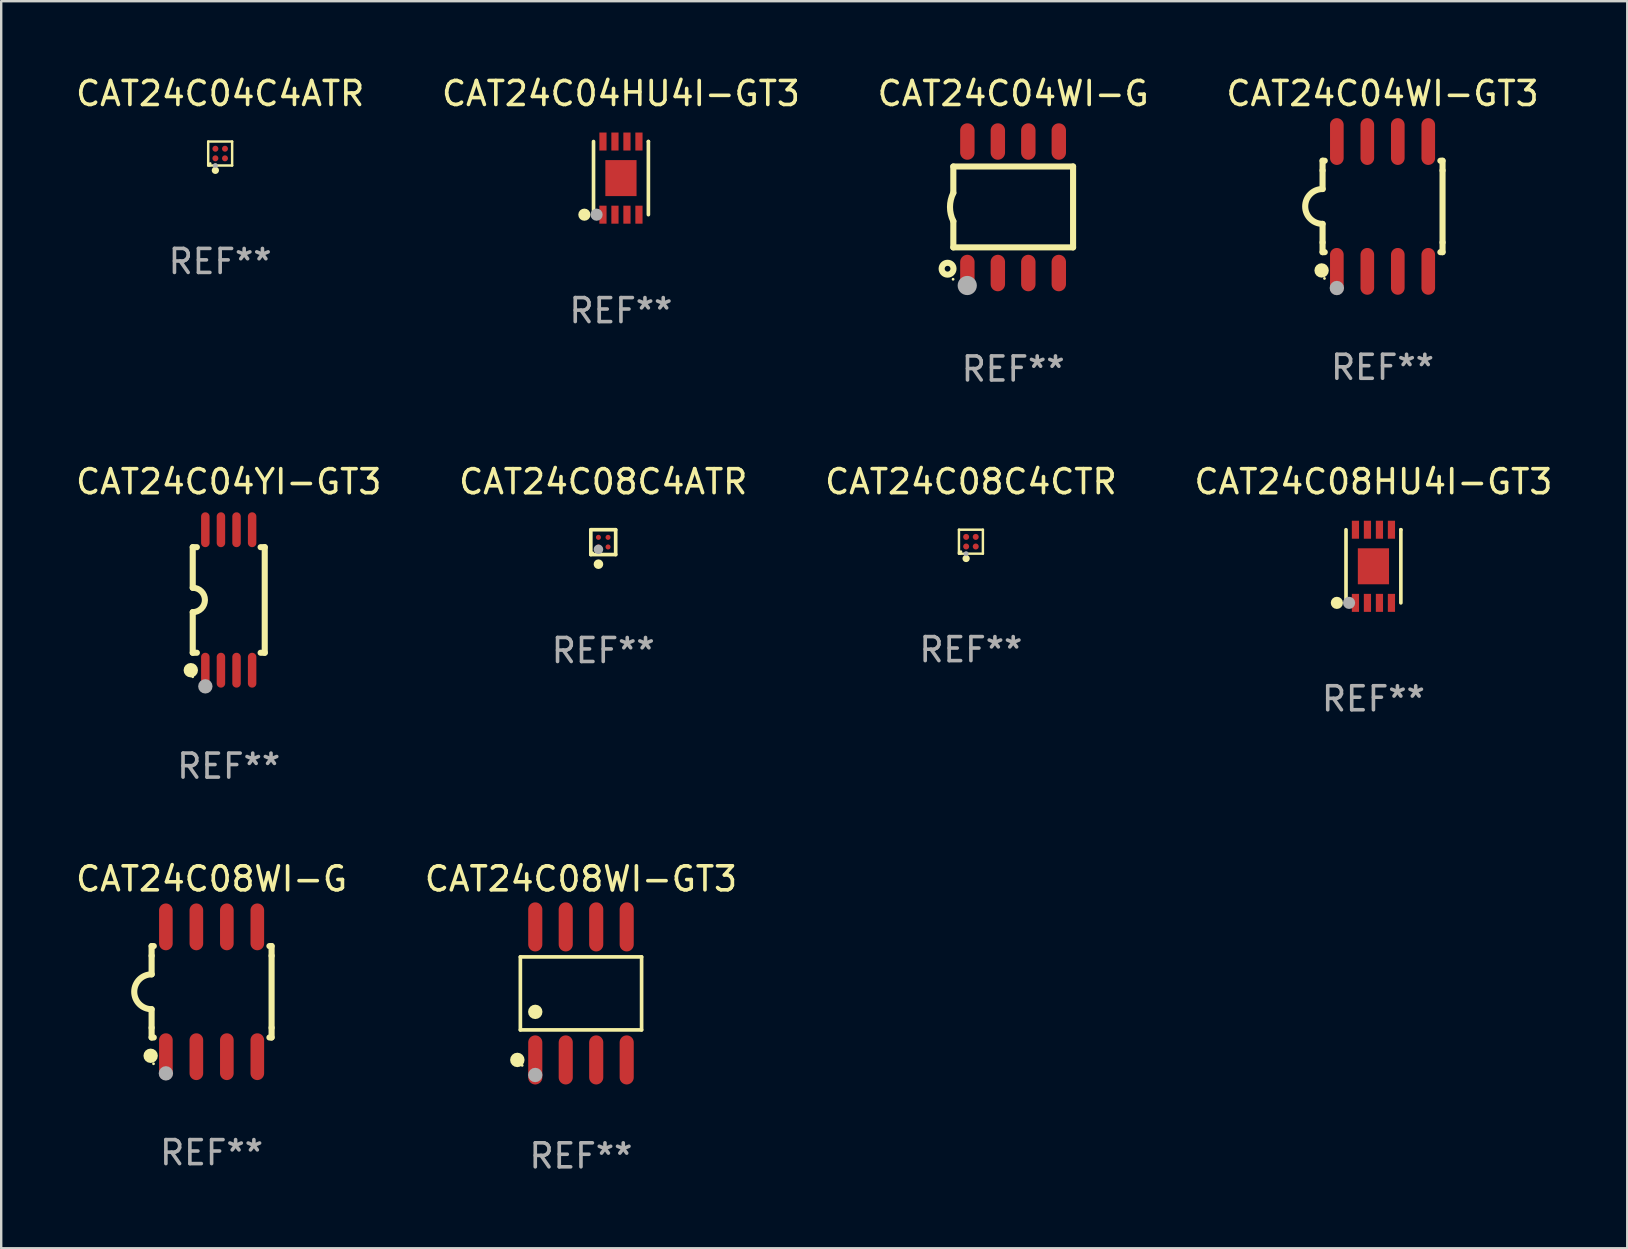
<source format=kicad_pcb>
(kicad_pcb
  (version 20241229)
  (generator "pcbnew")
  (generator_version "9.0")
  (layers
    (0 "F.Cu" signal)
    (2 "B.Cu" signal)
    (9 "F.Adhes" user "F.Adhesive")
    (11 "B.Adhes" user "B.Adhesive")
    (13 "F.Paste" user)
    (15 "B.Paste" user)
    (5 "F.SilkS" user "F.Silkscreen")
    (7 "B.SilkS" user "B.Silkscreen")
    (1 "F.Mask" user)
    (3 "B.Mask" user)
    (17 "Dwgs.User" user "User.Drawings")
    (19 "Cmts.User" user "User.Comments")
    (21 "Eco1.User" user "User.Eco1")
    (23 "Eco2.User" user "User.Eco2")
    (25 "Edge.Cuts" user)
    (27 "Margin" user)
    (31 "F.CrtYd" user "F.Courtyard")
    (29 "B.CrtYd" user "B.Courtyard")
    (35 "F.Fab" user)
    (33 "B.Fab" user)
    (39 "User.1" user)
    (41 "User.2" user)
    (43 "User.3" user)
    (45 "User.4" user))
  (footprint "CAT24C04HU4I-GT3"
    (layer "F.Cu")
    (at 22.827 4.372)
    (property "Reference" "CAT24C04HU4I-GT3" (at 0 -3.524 0) (layer "F.SilkS") (effects (font (size 1 1) (thickness 0.15))))
    (attr through_hole)
    (fp_line (start -1.143 1.524) (end -1.143 1.524) (stroke (width 0.152) (type solid)) (layer "F.SilkS"))
    (fp_line (start -1.143 1.524) (end -1.143 -1.524) (stroke (width 0.152) (type solid)) (layer "F.SilkS"))
    (fp_line (start 1.143 -1.524) (end 1.143 1.524) (stroke (width 0.152) (type solid)) (layer "F.SilkS"))
    (fp_line (start 1.143 -1.524) (end 1.143 -1.524) (stroke (width 0.152) (type solid)) (layer "F.SilkS"))
    (fp_circle (center -1.524 1.524) (end -1.397 1.524) (stroke (width 0.254) (type solid)) (fill no) (layer "F.SilkS"))
    (fp_circle (center -1 1.5) (end -0.97 1.5) (stroke (width 0.06) (type solid)) (fill no) (layer "F.SilkS"))
    (fp_circle (center -1.016 1.524) (end -0.889 1.524) (stroke (width 0.254) (type solid)) (fill no) (layer "F.Fab"))
    (fp_text user "REF**" (at 0 5.524 0) (layer "F.Fab") (effects (font (size 1 1) (thickness 0.15))))
    (pad "1" smd rect (at -0.75 1.524) (size 0.3 0.75) (layers "F.Cu" "F.Mask" "F.Paste"))
    (pad "2" smd rect (at -0.25 1.524) (size 0.3 0.75) (layers "F.Cu" "F.Mask" "F.Paste"))
    (pad "3" smd rect (at 0.25 1.524) (size 0.3 0.75) (layers "F.Cu" "F.Mask" "F.Paste"))
    (pad "4" smd rect (at 0.75 1.524) (size 0.3 0.75) (layers "F.Cu" "F.Mask" "F.Paste"))
    (pad "5" smd rect (at 0.75 -1.524) (size 0.3 0.75) (layers "F.Cu" "F.Mask" "F.Paste"))
    (pad "6" smd rect (at 0.25 -1.524) (size 0.3 0.75) (layers "F.Cu" "F.Mask" "F.Paste"))
    (pad "7" smd rect (at -0.25 -1.524) (size 0.3 0.75) (layers "F.Cu" "F.Mask" "F.Paste"))
    (pad "8" smd rect (at -0.75 -1.524) (size 0.3 0.75) (layers "F.Cu" "F.Mask" "F.Paste"))
    (pad "9" smd rect (at -0.000254 0) (size 1.3 1.5) (layers "F.Cu" "F.Mask" "F.Paste")))
  (footprint "CAT24C04WI-G"
    (layer "F.Cu")
    (at 39.173 5.588)
    (property "Reference" "CAT24C04WI-G" (at 0 -4.74 0) (layer "F.SilkS") (effects (font (size 1 1) (thickness 0.15))))
    (attr through_hole)
    (fp_line (start -2.495 -1.7) (end 2.495 -1.7) (stroke (width 0.254) (type solid)) (layer "F.SilkS"))
    (fp_line (start -2.495 -0.6) (end -2.495 -1.7) (stroke (width 0.254) (type solid)) (layer "F.SilkS"))
    (fp_line (start -2.495 1.671) (end -2.495 0.58) (stroke (width 0.254) (type solid)) (layer "F.SilkS"))
    (fp_line (start 2.495 -1.7) (end 2.495 1.671) (stroke (width 0.254) (type solid)) (layer "F.SilkS"))
    (fp_line (start 2.495 1.671) (end -2.495 1.671) (stroke (width 0.254) (type solid)) (layer "F.SilkS"))
    (fp_arc (start -2.495009 0.58001) (mid -2.634112 -0.009995) (end -2.495009 -0.6) (stroke (width 0.254001) (type solid)) (layer "F.SilkS"))
    (fp_circle (center -2.735 2.56) (end -2.615 2.56) (stroke (width 0.254) (type solid)) (fill no) (layer "F.SilkS"))
    (fp_circle (center -2.505 3) (end -2.475 3) (stroke (width 0.06) (type solid)) (fill no) (layer "F.SilkS"))
    (fp_circle (center -1.915 3.26) (end -1.715 3.26) (stroke (width 0.4) (type solid)) (fill no) (layer "F.Fab"))
    (fp_text user "REF**" (at 0 6.74 0) (layer "F.Fab") (effects (font (size 1 1) (thickness 0.15))))
    (pad "1" smd oval (at -1.91 2.74) (size 0.6 1.52) (layers "F.Cu" "F.Mask" "F.Paste"))
    (pad "2" smd oval (at -0.64 2.74) (size 0.6 1.52) (layers "F.Cu" "F.Mask" "F.Paste"))
    (pad "3" smd oval (at 0.63 2.74) (size 0.6 1.52) (layers "F.Cu" "F.Mask" "F.Paste"))
    (pad "4" smd oval (at 1.9 2.74) (size 0.6 1.52) (layers "F.Cu" "F.Mask" "F.Paste"))
    (pad "5" smd oval (at 1.9 -2.74) (size 0.6 1.52) (layers "F.Cu" "F.Mask" "F.Paste"))
    (pad "6" smd oval (at 0.63 -2.74) (size 0.6 1.52) (layers "F.Cu" "F.Mask" "F.Paste"))
    (pad "7" smd oval (at -0.64 -2.74) (size 0.6 1.52) (layers "F.Cu" "F.Mask" "F.Paste"))
    (pad "8" smd oval (at -1.91 -2.74) (size 0.6 1.52) (layers "F.Cu" "F.Mask" "F.Paste")))
  (footprint "CAT24C08WI-G"
    (layer "F.Cu")
    (at 5.768 38.28)
    (property "Reference" "CAT24C08WI-G" (at 0 -4.705 0) (layer "F.SilkS") (effects (font (size 1 1) (thickness 0.15))))
    (attr through_hole)
    (fp_line (start -2.5 -1.905) (end -2.409 -1.905) (stroke (width 0.254) (type solid)) (layer "F.SilkS"))
    (fp_line (start -2.5 -1.5) (end -2.5 -1.905) (stroke (width 0.254) (type solid)) (layer "F.SilkS"))
    (fp_line (start -2.5 -1.5) (end -2.5 -0.726) (stroke (width 0.254) (type solid)) (layer "F.SilkS"))
    (fp_line (start -2.5 1.5) (end -2.5 0.727) (stroke (width 0.254) (type solid)) (layer "F.SilkS"))
    (fp_line (start -2.5 1.5) (end -2.5 1.905) (stroke (width 0.254) (type solid)) (layer "F.SilkS"))
    (fp_line (start -2.5 1.905) (end -2.409 1.905) (stroke (width 0.254) (type solid)) (layer "F.SilkS"))
    (fp_line (start 2.5 -1.905) (end 2.409 -1.905) (stroke (width 0.254) (type solid)) (layer "F.SilkS"))
    (fp_line (start 2.5 -1.5) (end 2.5 -1.905) (stroke (width 0.254) (type solid)) (layer "F.SilkS"))
    (fp_line (start 2.5 -1.5) (end 2.5 1.5) (stroke (width 0.254) (type solid)) (layer "F.SilkS"))
    (fp_line (start 2.5 1.5) (end 2.5 1.905) (stroke (width 0.254) (type solid)) (layer "F.SilkS"))
    (fp_line (start 2.5 1.905) (end 2.409 1.905) (stroke (width 0.254) (type solid)) (layer "F.SilkS"))
    (fp_arc (start -2.5 0.726568) (mid -3.220316 -0.0023) (end -2.495097 -0.726289) (stroke (width 0.254001) (type solid)) (layer "F.SilkS"))
    (fp_circle (center -2.54 2.667) (end -2.39 2.667) (stroke (width 0.3) (type solid)) (fill no) (layer "F.SilkS"))
    (fp_circle (center -2.42 3) (end -2.39 3) (stroke (width 0.06) (type solid)) (fill no) (layer "F.SilkS"))
    (fp_circle (center -1.905 3.4) (end -1.755 3.4) (stroke (width 0.3) (type solid)) (fill no) (layer "F.Fab"))
    (fp_text user "REF**" (at 0 6.705 0) (layer "F.Fab") (effects (font (size 1 1) (thickness 0.15))))
    (pad "1" smd oval (at -1.905 2.705) (size 0.568 1.95) (layers "F.Cu" "F.Mask" "F.Paste"))
    (pad "2" smd oval (at -0.635 2.705) (size 0.568 1.95) (layers "F.Cu" "F.Mask" "F.Paste"))
    (pad "3" smd oval (at 0.635 2.705) (size 0.568 1.95) (layers "F.Cu" "F.Mask" "F.Paste"))
    (pad "4" smd oval (at 1.905 2.705) (size 0.568 1.95) (layers "F.Cu" "F.Mask" "F.Paste"))
    (pad "5" smd oval (at 1.905 -2.705) (size 0.568 1.95) (layers "F.Cu" "F.Mask" "F.Paste"))
    (pad "6" smd oval (at 0.635 -2.705) (size 0.568 1.95) (layers "F.Cu" "F.Mask" "F.Paste"))
    (pad "7" smd oval (at -0.635 -2.705) (size 0.568 1.95) (layers "F.Cu" "F.Mask" "F.Paste"))
    (pad "8" smd oval (at -1.905 -2.705) (size 0.568 1.95) (layers "F.Cu" "F.Mask" "F.Paste")))
  (footprint "CAT24C08WI-GT3"
    (layer "F.Cu")
    (at 21.161 38.348)
    (property "Reference" "CAT24C08WI-GT3" (at 0 -4.772 0) (layer "F.SilkS") (effects (font (size 1 1) (thickness 0.15))))
    (attr through_hole)
    (fp_line (start -2.526 -1.521) (end 2.526 -1.521) (stroke (width 0.152) (type solid)) (layer "F.SilkS"))
    (fp_line (start -2.526 1.521) (end -2.526 -1.521) (stroke (width 0.152) (type solid)) (layer "F.SilkS"))
    (fp_line (start 2.526 -1.521) (end 2.526 1.521) (stroke (width 0.152) (type solid)) (layer "F.SilkS"))
    (fp_line (start 2.526 1.521) (end -2.526 1.521) (stroke (width 0.152) (type solid)) (layer "F.SilkS"))
    (fp_circle (center -2.652 2.772) (end -2.501 2.772) (stroke (width 0.3) (type solid)) (fill no) (layer "F.SilkS"))
    (fp_circle (center -2.45 3) (end -2.42 3) (stroke (width 0.06) (type solid)) (fill no) (layer "F.SilkS"))
    (fp_circle (center -1.905 0.769) (end -1.755 0.769) (stroke (width 0.3) (type solid)) (fill no) (layer "F.SilkS"))
    (fp_circle (center -1.905 3.4) (end -1.755 3.4) (stroke (width 0.3) (type solid)) (fill no) (layer "F.Fab"))
    (fp_text user "REF**" (at 0 6.772 0) (layer "F.Fab") (effects (font (size 1 1) (thickness 0.15))))
    (pad "1" smd oval (at -1.905 2.772) (size 0.588 2.045) (layers "F.Cu" "F.Mask" "F.Paste"))
    (pad "2" smd oval (at -0.635 2.772) (size 0.588 2.045) (layers "F.Cu" "F.Mask" "F.Paste"))
    (pad "3" smd oval (at 0.635 2.772) (size 0.588 2.045) (layers "F.Cu" "F.Mask" "F.Paste"))
    (pad "4" smd oval (at 1.905 2.772) (size 0.588 2.045) (layers "F.Cu" "F.Mask" "F.Paste"))
    (pad "5" smd oval (at 1.905 -2.772) (size 0.588 2.045) (layers "F.Cu" "F.Mask" "F.Paste"))
    (pad "6" smd oval (at 0.635 -2.772) (size 0.588 2.045) (layers "F.Cu" "F.Mask" "F.Paste"))
    (pad "7" smd oval (at -0.635 -2.772) (size 0.588 2.045) (layers "F.Cu" "F.Mask" "F.Paste"))
    (pad "8" smd oval (at -1.905 -2.772) (size 0.588 2.045) (layers "F.Cu" "F.Mask" "F.Paste")))
  (footprint "CAT24C04C4ATR"
    (layer "F.Cu")
    (at 6.125 3.348)
    (property "Reference" "CAT24C04C4ATR" (at 0 -2.5 0) (layer "F.SilkS") (effects (font (size 1 1) (thickness 0.15))))
    (attr through_hole)
    (fp_line (start -0.499 0.5) (end -0.499 0.44) (stroke (width 0.102) (type solid)) (layer "F.SilkS"))
    (fp_line (start -0.499 -0.5) (end 0.499 -0.5) (stroke (width 0.102) (type solid)) (layer "F.SilkS"))
    (fp_line (start -0.499 0.44) (end -0.499 -0.5) (stroke (width 0.102) (type solid)) (layer "F.SilkS"))
    (fp_line (start -0.44 0.499) (end -0.499 0.499) (stroke (width 0.102) (type solid)) (layer "F.SilkS"))
    (fp_line (start 0.499 -0.5) (end 0.499 0.499) (stroke (width 0.102) (type solid)) (layer "F.SilkS"))
    (fp_line (start 0.499 0.499) (end -0.44 0.499) (stroke (width 0.102) (type solid)) (layer "F.SilkS"))
    (fp_circle (center -0.417 0.417) (end -0.387 0.417) (stroke (width 0.06) (type solid)) (fill no) (layer "F.SilkS"))
    (fp_circle (center -0.2 0.7) (end -0.124 0.7) (stroke (width 0.152) (type solid)) (fill no) (layer "F.SilkS"))
    (fp_circle (center -0.2 0.5) (end -0.148 0.5) (stroke (width 0.102) (type solid)) (fill no) (layer "F.Fab"))
    (fp_text user "REF**" (at 0 4.5 0) (layer "F.Fab") (effects (font (size 1 1) (thickness 0.15))))
    (pad "A1" smd circle (at -0.199 0.2) (size 0.25 0.25) (layers "F.Cu" "F.Mask" "F.Paste"))
    (pad "A2" smd circle (at -0.199 -0.2) (size 0.25 0.25) (layers "F.Cu" "F.Mask" "F.Paste"))
    (pad "B1" smd circle (at 0.201 0.2) (size 0.25 0.25) (layers "F.Cu" "F.Mask" "F.Paste"))
    (pad "B2" smd circle (at 0.201 -0.2) (size 0.25 0.25) (layers "F.Cu" "F.Mask" "F.Paste")))
  (footprint "CAT24C08HU4I-GT3"
    (layer "F.Cu")
    (at 54.185 20.549)
    (property "Reference" "CAT24C08HU4I-GT3" (at 0 -3.524 0) (layer "F.SilkS") (effects (font (size 1 1) (thickness 0.15))))
    (attr through_hole)
    (fp_line (start -1.143 1.524) (end -1.143 1.524) (stroke (width 0.152) (type solid)) (layer "F.SilkS"))
    (fp_line (start -1.143 1.524) (end -1.143 -1.524) (stroke (width 0.152) (type solid)) (layer "F.SilkS"))
    (fp_line (start 1.143 -1.524) (end 1.143 1.524) (stroke (width 0.152) (type solid)) (layer "F.SilkS"))
    (fp_line (start 1.143 -1.524) (end 1.143 -1.524) (stroke (width 0.152) (type solid)) (layer "F.SilkS"))
    (fp_circle (center -1.524 1.524) (end -1.397 1.524) (stroke (width 0.254) (type solid)) (fill no) (layer "F.SilkS"))
    (fp_circle (center -1 1.5) (end -0.97 1.5) (stroke (width 0.06) (type solid)) (fill no) (layer "F.SilkS"))
    (fp_circle (center -1.016 1.524) (end -0.889 1.524) (stroke (width 0.254) (type solid)) (fill no) (layer "F.Fab"))
    (fp_text user "REF**" (at 0 5.524 0) (layer "F.Fab") (effects (font (size 1 1) (thickness 0.15))))
    (pad "1" smd rect (at -0.75 1.524) (size 0.3 0.75) (layers "F.Cu" "F.Mask" "F.Paste"))
    (pad "2" smd rect (at -0.25 1.524) (size 0.3 0.75) (layers "F.Cu" "F.Mask" "F.Paste"))
    (pad "3" smd rect (at 0.25 1.524) (size 0.3 0.75) (layers "F.Cu" "F.Mask" "F.Paste"))
    (pad "4" smd rect (at 0.75 1.524) (size 0.3 0.75) (layers "F.Cu" "F.Mask" "F.Paste"))
    (pad "5" smd rect (at 0.75 -1.524) (size 0.3 0.75) (layers "F.Cu" "F.Mask" "F.Paste"))
    (pad "6" smd rect (at 0.25 -1.524) (size 0.3 0.75) (layers "F.Cu" "F.Mask" "F.Paste"))
    (pad "7" smd rect (at -0.25 -1.524) (size 0.3 0.75) (layers "F.Cu" "F.Mask" "F.Paste"))
    (pad "8" smd rect (at -0.75 -1.524) (size 0.3 0.75) (layers "F.Cu" "F.Mask" "F.Paste"))
    (pad "9" smd rect (at -0.000254 0) (size 1.3 1.5) (layers "F.Cu" "F.Mask" "F.Paste")))
  (footprint "CAT24C04YI-GT3"
    (layer "F.Cu")
    (at 6.482 21.952)
    (property "Reference" "CAT24C04YI-GT3" (at 0 -4.927 0) (layer "F.SilkS") (effects (font (size 1 1) (thickness 0.15))))
    (attr through_hole)
    (fp_line (start -1.5 -2.2) (end -1.5 -0.508) (stroke (width 0.254) (type solid)) (layer "F.SilkS"))
    (fp_line (start -1.5 -2.2) (end -1.328 -2.2) (stroke (width 0.254) (type solid)) (layer "F.SilkS"))
    (fp_line (start -1.5 2.2) (end -1.5 0.508) (stroke (width 0.254) (type solid)) (layer "F.SilkS"))
    (fp_line (start -1.5 2.2) (end -1.328 2.2) (stroke (width 0.254) (type solid)) (layer "F.SilkS"))
    (fp_line (start 1.328 -2.2) (end 1.5 -2.2) (stroke (width 0.254) (type solid)) (layer "F.SilkS"))
    (fp_line (start 1.328 2.2) (end 1.5 2.2) (stroke (width 0.254) (type solid)) (layer "F.SilkS"))
    (fp_line (start 1.5 -2.2) (end 1.5 2.2) (stroke (width 0.254) (type solid)) (layer "F.SilkS"))
    (fp_arc (start -1.501144 -0.508) (mid -0.993143 -0.000571) (end -1.5 0.508001) (stroke (width 0.254001) (type solid)) (layer "F.SilkS"))
    (fp_circle (center -1.581 2.927) (end -1.431 2.927) (stroke (width 0.3) (type solid)) (fill no) (layer "F.SilkS"))
    (fp_circle (center -1.5 3.2) (end -1.47 3.2) (stroke (width 0.06) (type solid)) (fill no) (layer "F.SilkS"))
    (fp_circle (center -0.975 3.6) (end -0.825 3.6) (stroke (width 0.3) (type solid)) (fill no) (layer "F.Fab"))
    (fp_text user "REF**" (at 0 6.927 0) (layer "F.Fab") (effects (font (size 1 1) (thickness 0.15))))
    (pad "1" smd oval (at -0.975 2.927) (size 0.353 1.454) (layers "F.Cu" "F.Mask" "F.Paste"))
    (pad "2" smd oval (at -0.325 2.927) (size 0.353 1.454) (layers "F.Cu" "F.Mask" "F.Paste"))
    (pad "3" smd oval (at 0.325 2.927) (size 0.353 1.454) (layers "F.Cu" "F.Mask" "F.Paste"))
    (pad "4" smd oval (at 0.975 2.927) (size 0.353 1.454) (layers "F.Cu" "F.Mask" "F.Paste"))
    (pad "5" smd oval (at 0.975 -2.927) (size 0.353 1.454) (layers "F.Cu" "F.Mask" "F.Paste"))
    (pad "6" smd oval (at 0.325 -2.927) (size 0.353 1.454) (layers "F.Cu" "F.Mask" "F.Paste"))
    (pad "7" smd oval (at -0.325 -2.927) (size 0.353 1.454) (layers "F.Cu" "F.Mask" "F.Paste"))
    (pad "8" smd oval (at -0.975 -2.927) (size 0.353 1.454) (layers "F.Cu" "F.Mask" "F.Paste")))
  (footprint "CAT24C04WI-GT3"
    (layer "F.Cu")
    (at 54.565 5.553)
    (property "Reference" "CAT24C04WI-GT3" (at 0 -4.705 0) (layer "F.SilkS") (effects (font (size 1 1) (thickness 0.15))))
    (attr through_hole)
    (fp_line (start -2.5 -1.905) (end -2.409 -1.905) (stroke (width 0.254) (type solid)) (layer "F.SilkS"))
    (fp_line (start -2.5 -1.5) (end -2.5 -1.905) (stroke (width 0.254) (type solid)) (layer "F.SilkS"))
    (fp_line (start -2.5 -1.5) (end -2.5 -0.726) (stroke (width 0.254) (type solid)) (layer "F.SilkS"))
    (fp_line (start -2.5 1.5) (end -2.5 0.727) (stroke (width 0.254) (type solid)) (layer "F.SilkS"))
    (fp_line (start -2.5 1.5) (end -2.5 1.905) (stroke (width 0.254) (type solid)) (layer "F.SilkS"))
    (fp_line (start -2.5 1.905) (end -2.409 1.905) (stroke (width 0.254) (type solid)) (layer "F.SilkS"))
    (fp_line (start 2.5 -1.905) (end 2.409 -1.905) (stroke (width 0.254) (type solid)) (layer "F.SilkS"))
    (fp_line (start 2.5 -1.5) (end 2.5 -1.905) (stroke (width 0.254) (type solid)) (layer "F.SilkS"))
    (fp_line (start 2.5 -1.5) (end 2.5 1.5) (stroke (width 0.254) (type solid)) (layer "F.SilkS"))
    (fp_line (start 2.5 1.5) (end 2.5 1.905) (stroke (width 0.254) (type solid)) (layer "F.SilkS"))
    (fp_line (start 2.5 1.905) (end 2.409 1.905) (stroke (width 0.254) (type solid)) (layer "F.SilkS"))
    (fp_arc (start -2.5 0.726568) (mid -3.220316 -0.0023) (end -2.495097 -0.726289) (stroke (width 0.254001) (type solid)) (layer "F.SilkS"))
    (fp_circle (center -2.54 2.667) (end -2.39 2.667) (stroke (width 0.3) (type solid)) (fill no) (layer "F.SilkS"))
    (fp_circle (center -2.42 3) (end -2.39 3) (stroke (width 0.06) (type solid)) (fill no) (layer "F.SilkS"))
    (fp_circle (center -1.905 3.4) (end -1.755 3.4) (stroke (width 0.3) (type solid)) (fill no) (layer "F.Fab"))
    (fp_text user "REF**" (at 0 6.705 0) (layer "F.Fab") (effects (font (size 1 1) (thickness 0.15))))
    (pad "1" smd oval (at -1.905 2.705) (size 0.568 1.95) (layers "F.Cu" "F.Mask" "F.Paste"))
    (pad "2" smd oval (at -0.635 2.705) (size 0.568 1.95) (layers "F.Cu" "F.Mask" "F.Paste"))
    (pad "3" smd oval (at 0.635 2.705) (size 0.568 1.95) (layers "F.Cu" "F.Mask" "F.Paste"))
    (pad "4" smd oval (at 1.905 2.705) (size 0.568 1.95) (layers "F.Cu" "F.Mask" "F.Paste"))
    (pad "5" smd oval (at 1.905 -2.705) (size 0.568 1.95) (layers "F.Cu" "F.Mask" "F.Paste"))
    (pad "6" smd oval (at 0.635 -2.705) (size 0.568 1.95) (layers "F.Cu" "F.Mask" "F.Paste"))
    (pad "7" smd oval (at -0.635 -2.705) (size 0.568 1.95) (layers "F.Cu" "F.Mask" "F.Paste"))
    (pad "8" smd oval (at -1.905 -2.705) (size 0.568 1.95) (layers "F.Cu" "F.Mask" "F.Paste")))
  (footprint "CAT24C08C4ATR"
    (layer "F.Cu")
    (at 22.089 19.543)
    (property "Reference" "CAT24C08C4ATR" (at 0 -2.518 0) (layer "F.SilkS") (effects (font (size 1 1) (thickness 0.15))))
    (attr through_hole)
    (fp_line (start -0.518 -0.518) (end 0.518 -0.518) (stroke (width 0.152) (type solid)) (layer "F.SilkS"))
    (fp_line (start -0.518 0.518) (end -0.518 -0.518) (stroke (width 0.152) (type solid)) (layer "F.SilkS"))
    (fp_line (start 0.518 -0.518) (end 0.518 0.518) (stroke (width 0.152) (type solid)) (layer "F.SilkS"))
    (fp_line (start 0.518 0.518) (end -0.518 0.518) (stroke (width 0.152) (type solid)) (layer "F.SilkS"))
    (fp_circle (center -0.442 0.442) (end -0.412 0.442) (stroke (width 0.06) (type solid)) (fill no) (layer "F.SilkS"))
    (fp_circle (center -0.2 0.918) (end -0.1 0.918) (stroke (width 0.2) (type solid)) (fill no) (layer "F.SilkS"))
    (fp_circle (center -0.2 0.3) (end -0.1 0.3) (stroke (width 0.2) (type solid)) (fill no) (layer "F.Fab"))
    (fp_text user "REF**" (at 0 4.518 0) (layer "F.Fab") (effects (font (size 1 1) (thickness 0.15))))
    (pad "A1" smd circle (at -0.2 0.2) (size 0.212 0.212) (layers "F.Cu" "F.Mask" "F.Paste"))
    (pad "A2" smd circle (at -0.2 -0.2) (size 0.212 0.212) (layers "F.Cu" "F.Mask" "F.Paste"))
    (pad "B1" smd circle (at 0.2 0.2) (size 0.212 0.212) (layers "F.Cu" "F.Mask" "F.Paste"))
    (pad "B2" smd circle (at 0.2 -0.2) (size 0.212 0.212) (layers "F.Cu" "F.Mask" "F.Paste")))
  (footprint "CAT24C08C4CTR"
    (layer "F.Cu")
    (at 37.411 19.524)
    (property "Reference" "CAT24C08C4CTR" (at 0 -2.5 0) (layer "F.SilkS") (effects (font (size 1 1) (thickness 0.15))))
    (attr through_hole)
    (fp_line (start -0.499 0.5) (end -0.499 0.44) (stroke (width 0.102) (type solid)) (layer "F.SilkS"))
    (fp_line (start -0.499 -0.5) (end 0.499 -0.5) (stroke (width 0.102) (type solid)) (layer "F.SilkS"))
    (fp_line (start -0.499 0.44) (end -0.499 -0.5) (stroke (width 0.102) (type solid)) (layer "F.SilkS"))
    (fp_line (start -0.44 0.499) (end -0.499 0.499) (stroke (width 0.102) (type solid)) (layer "F.SilkS"))
    (fp_line (start 0.499 -0.5) (end 0.499 0.499) (stroke (width 0.102) (type solid)) (layer "F.SilkS"))
    (fp_line (start 0.499 0.499) (end -0.44 0.499) (stroke (width 0.102) (type solid)) (layer "F.SilkS"))
    (fp_circle (center -0.417 0.417) (end -0.387 0.417) (stroke (width 0.06) (type solid)) (fill no) (layer "F.SilkS"))
    (fp_circle (center -0.2 0.7) (end -0.124 0.7) (stroke (width 0.152) (type solid)) (fill no) (layer "F.SilkS"))
    (fp_circle (center -0.2 0.5) (end -0.148 0.5) (stroke (width 0.102) (type solid)) (fill no) (layer "F.Fab"))
    (fp_text user "REF**" (at 0 4.5 0) (layer "F.Fab") (effects (font (size 1 1) (thickness 0.15))))
    (pad "A1" smd circle (at -0.199 0.2) (size 0.25 0.25) (layers "F.Cu" "F.Mask" "F.Paste"))
    (pad "A2" smd circle (at -0.199 -0.2) (size 0.25 0.25) (layers "F.Cu" "F.Mask" "F.Paste"))
    (pad "B1" smd circle (at 0.201 0.2) (size 0.25 0.25) (layers "F.Cu" "F.Mask" "F.Paste"))
    (pad "B2" smd circle (at 0.201 -0.2) (size 0.25 0.25) (layers "F.Cu" "F.Mask" "F.Paste")))
  (gr_rect
    (start -3 -3)
    (end 64.762 48.968)
    (stroke (width 0.1) (type default))
    (fill no)
    (layer "Edge.Cuts")))
</source>
